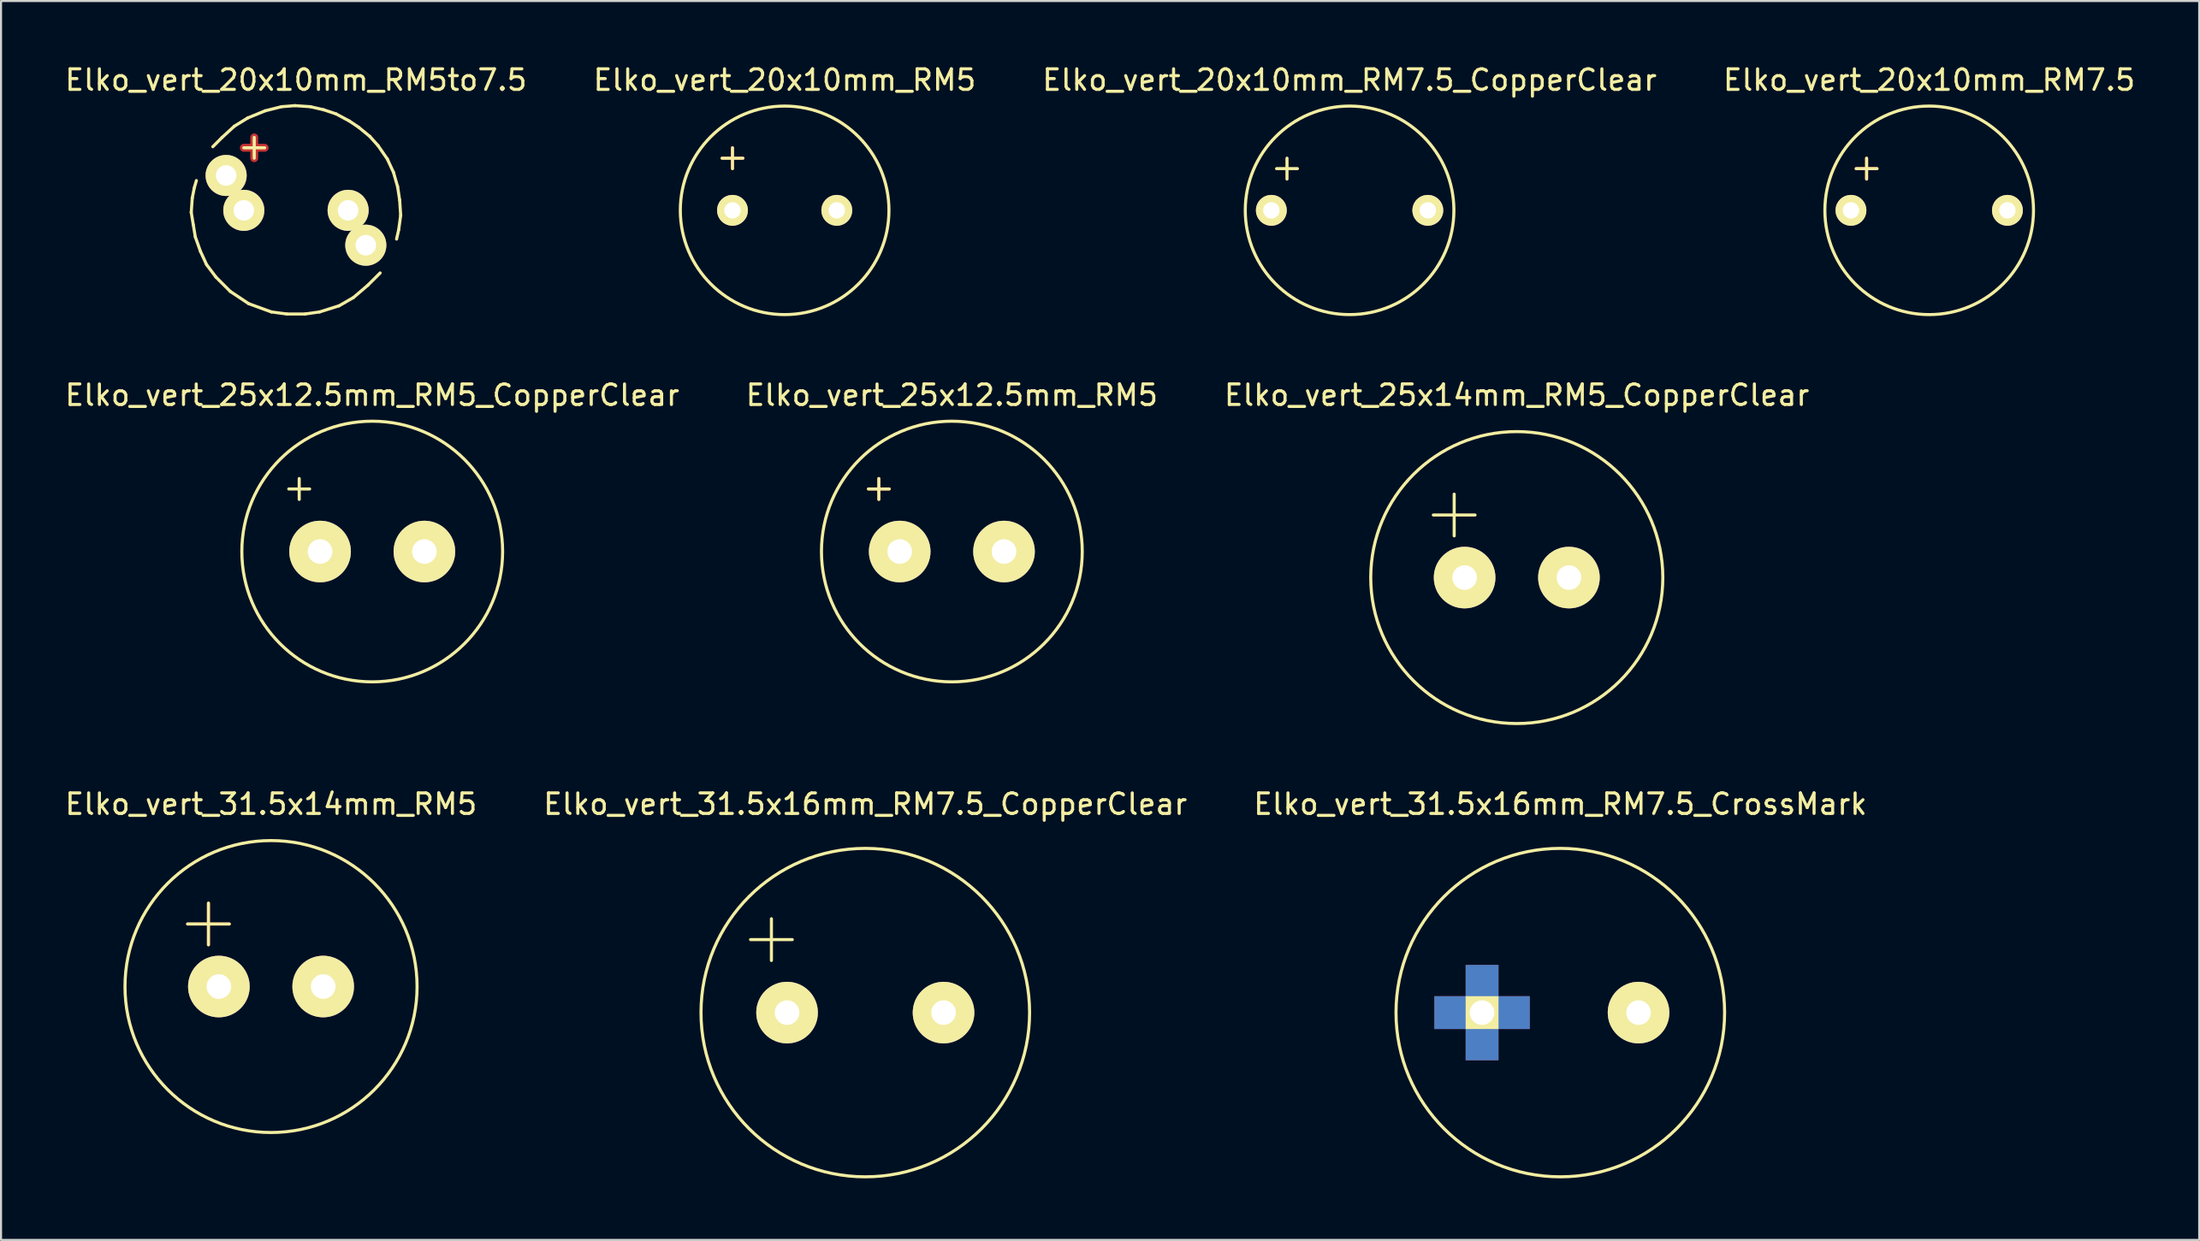
<source format=kicad_pcb>
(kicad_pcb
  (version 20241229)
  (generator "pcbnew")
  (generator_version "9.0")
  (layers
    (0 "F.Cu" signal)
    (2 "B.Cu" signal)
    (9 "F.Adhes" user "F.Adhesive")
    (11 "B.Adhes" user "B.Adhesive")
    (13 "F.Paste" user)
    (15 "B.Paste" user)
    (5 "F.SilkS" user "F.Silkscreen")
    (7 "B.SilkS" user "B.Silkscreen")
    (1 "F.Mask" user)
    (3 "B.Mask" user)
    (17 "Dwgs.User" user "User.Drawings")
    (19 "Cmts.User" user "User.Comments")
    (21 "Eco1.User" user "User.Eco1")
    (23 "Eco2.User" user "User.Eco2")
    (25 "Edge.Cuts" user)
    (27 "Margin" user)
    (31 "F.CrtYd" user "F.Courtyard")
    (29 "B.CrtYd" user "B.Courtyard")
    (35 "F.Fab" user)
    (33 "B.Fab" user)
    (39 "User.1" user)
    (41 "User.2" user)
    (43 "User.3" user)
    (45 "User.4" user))
  (footprint "Elko_vert_20x10mm_RM5to7.5"
    (layer "F.Cu")
    (at 11.363 7.198)
    (property "Reference" "Elko_vert_20x10mm_RM5to7.5" (at 0 -6.35 0) (layer "F.SilkS") (effects (font (size 1 1) (thickness 0.15))))
    (attr through_hole)
    (fp_line (start -2.54 -3.048) (end -1.524 -3.048) (stroke (width 0.381) (type solid)) (layer "F.Cu"))
    (fp_line (start -2.032 -3.556) (end -2.032 -2.54) (stroke (width 0.381) (type solid)) (layer "F.Cu"))
    (fp_line (start -5.1 0.099) (end -5.001 0.701) (stroke (width 0.15) (type solid)) (layer "F.SilkS"))
    (fp_line (start -5.05 -0.599) (end -5.1 0.099) (stroke (width 0.15) (type solid)) (layer "F.SilkS"))
    (fp_line (start -5.001 0.701) (end -4.9 1.3) (stroke (width 0.15) (type solid)) (layer "F.SilkS"))
    (fp_line (start -4.95 -1.1) (end -5.05 -0.599) (stroke (width 0.15) (type solid)) (layer "F.SilkS"))
    (fp_line (start -4.9 1.3) (end -4.651 1.999) (stroke (width 0.15) (type solid)) (layer "F.SilkS"))
    (fp_line (start -4.849 -1.45) (end -4.95 -1.1) (stroke (width 0.15) (type solid)) (layer "F.SilkS"))
    (fp_line (start -4.651 1.999) (end -4.351 2.649) (stroke (width 0.15) (type solid)) (layer "F.SilkS"))
    (fp_line (start -4.351 2.649) (end -3.899 3.251) (stroke (width 0.15) (type solid)) (layer "F.SilkS"))
    (fp_line (start -3.899 3.251) (end -3.2 3.95) (stroke (width 0.15) (type solid)) (layer "F.SilkS"))
    (fp_line (start -3.599 -3.551) (end -4.049 -3.099) (stroke (width 0.15) (type solid)) (layer "F.SilkS"))
    (fp_line (start -3.2 3.95) (end -2.301 4.549) (stroke (width 0.15) (type solid)) (layer "F.SilkS"))
    (fp_line (start -3 -4.1) (end -3.599 -3.551) (stroke (width 0.15) (type solid)) (layer "F.SilkS"))
    (fp_line (start -2.54 -3.048) (end -1.524 -3.048) (stroke (width 0.15) (type solid)) (layer "F.SilkS"))
    (fp_line (start -2.349 -4.501) (end -3 -4.1) (stroke (width 0.15) (type solid)) (layer "F.SilkS"))
    (fp_line (start -2.301 4.549) (end -1.199 4.95) (stroke (width 0.15) (type solid)) (layer "F.SilkS"))
    (fp_line (start -2.032 -3.556) (end -2.032 -2.54) (stroke (width 0.15) (type solid)) (layer "F.SilkS"))
    (fp_line (start -1.501 -4.849) (end -2.349 -4.501) (stroke (width 0.15) (type solid)) (layer "F.SilkS"))
    (fp_line (start -1.199 4.95) (end -0.45 5.05) (stroke (width 0.15) (type solid)) (layer "F.SilkS"))
    (fp_line (start -0.701 -5.05) (end -1.501 -4.849) (stroke (width 0.15) (type solid)) (layer "F.SilkS"))
    (fp_line (start -0.45 5.05) (end 0.45 5.05) (stroke (width 0.15) (type solid)) (layer "F.SilkS"))
    (fp_line (start -0.051 -5.1) (end -0.701 -5.05) (stroke (width 0.15) (type solid)) (layer "F.SilkS"))
    (fp_line (start 0.45 5.05) (end 1.151 4.95) (stroke (width 0.15) (type solid)) (layer "F.SilkS"))
    (fp_line (start 0.701 -5.05) (end -0.051 -5.1) (stroke (width 0.15) (type solid)) (layer "F.SilkS"))
    (fp_line (start 1.151 4.95) (end 2.101 4.651) (stroke (width 0.15) (type solid)) (layer "F.SilkS"))
    (fp_line (start 1.349 -4.9) (end 0.701 -5.05) (stroke (width 0.15) (type solid)) (layer "F.SilkS"))
    (fp_line (start 1.951 -4.699) (end 1.349 -4.9) (stroke (width 0.15) (type solid)) (layer "F.SilkS"))
    (fp_line (start 2.101 4.651) (end 2.799 4.249) (stroke (width 0.15) (type solid)) (layer "F.SilkS"))
    (fp_line (start 2.601 -4.351) (end 1.951 -4.699) (stroke (width 0.15) (type solid)) (layer "F.SilkS"))
    (fp_line (start 2.799 4.249) (end 3.5 3.65) (stroke (width 0.15) (type solid)) (layer "F.SilkS"))
    (fp_line (start 3.051 -4.049) (end 2.601 -4.351) (stroke (width 0.15) (type solid)) (layer "F.SilkS"))
    (fp_line (start 3.5 3.65) (end 4.1 3.051) (stroke (width 0.15) (type solid)) (layer "F.SilkS"))
    (fp_line (start 3.599 -3.599) (end 3.051 -4.049) (stroke (width 0.15) (type solid)) (layer "F.SilkS"))
    (fp_line (start 4 -3.15) (end 3.599 -3.599) (stroke (width 0.15) (type solid)) (layer "F.SilkS"))
    (fp_line (start 4.45 -2.499) (end 4 -3.15) (stroke (width 0.15) (type solid)) (layer "F.SilkS"))
    (fp_line (start 4.75 -1.849) (end 4.45 -2.499) (stroke (width 0.15) (type solid)) (layer "F.SilkS"))
    (fp_line (start 4.9 1.4) (end 5.001 0.95) (stroke (width 0.15) (type solid)) (layer "F.SilkS"))
    (fp_line (start 4.95 -1.151) (end 4.75 -1.849) (stroke (width 0.15) (type solid)) (layer "F.SilkS"))
    (fp_line (start 5.001 0.95) (end 5.1 0.249) (stroke (width 0.15) (type solid)) (layer "F.SilkS"))
    (fp_line (start 5.05 -0.5) (end 4.95 -1.151) (stroke (width 0.15) (type solid)) (layer "F.SilkS"))
    (fp_line (start 5.1 0.249) (end 5.05 -0.5) (stroke (width 0.15) (type solid)) (layer "F.SilkS"))
    (pad "1" thru_hole circle (at -3.401 -1.699) (size 1.999 1.999) (drill 1.001) (layers "*.Cu" "*.Mask" "F.SilkS"))
    (pad "1" thru_hole circle (at -2.54 0) (size 1.999 1.999) (drill 1.001) (layers "*.Cu" "*.Mask" "F.SilkS"))
    (pad "2" thru_hole circle (at 2.54 0) (size 1.999 1.999) (drill 1.001) (layers "*.Cu" "*.Mask" "F.SilkS"))
    (pad "2" thru_hole circle (at 3.401 1.699) (size 1.999 1.999) (drill 1.001) (layers "*.Cu" "*.Mask" "F.SilkS")))
  (footprint "Elko_vert_25x12.5mm_RM5"
    (layer "F.Cu")
    (at 40.764 23.822)
    (property "Reference" "Elko_vert_25x12.5mm_RM5" (at 2.54 -7.62 0) (layer "F.SilkS") (effects (font (size 1 1) (thickness 0.15))))
    (attr through_hole)
    (fp_line (start -1.524 -3.048) (end -0.508 -3.048) (stroke (width 0.15) (type solid)) (layer "F.Cu"))
    (fp_line (start -1.016 -3.556) (end -1.016 -2.54) (stroke (width 0.15) (type solid)) (layer "F.Cu"))
    (fp_line (start -1.524 -3.048) (end -0.508 -3.048) (stroke (width 0.15) (type solid)) (layer "F.SilkS"))
    (fp_line (start -1.016 -3.556) (end -1.016 -2.54) (stroke (width 0.15) (type solid)) (layer "F.SilkS"))
    (fp_circle (center 2.54 0) (end 8.89 0) (stroke (width 0.15) (type solid)) (fill no) (layer "F.SilkS"))
    (pad "1" thru_hole circle (at 0 0) (size 3 3) (drill 1.199) (layers "*.Cu" "*.Mask" "F.SilkS"))
    (pad "2" thru_hole circle (at 5.08 0) (size 3 3) (drill 1.199) (layers "*.Cu" "*.Mask" "F.SilkS")))
  (footprint "Elko_vert_31.5x14mm_RM5"
    (layer "F.Cu")
    (at 7.609 45.017)
    (property "Reference" "Elko_vert_31.5x14mm_RM5" (at 2.54 -8.89 0) (layer "F.SilkS") (effects (font (size 1 1) (thickness 0.15))))
    (attr through_hole)
    (fp_line (start -1.524 -3.048) (end 0.508 -3.048) (stroke (width 0.15) (type solid)) (layer "F.Cu"))
    (fp_line (start -0.508 -2.032) (end -0.508 -4.064) (stroke (width 0.15) (type solid)) (layer "F.Cu"))
    (fp_line (start -1.524 -3.048) (end 0.508 -3.048) (stroke (width 0.15) (type solid)) (layer "F.SilkS"))
    (fp_line (start -0.508 -4.064) (end -0.508 -2.032) (stroke (width 0.15) (type solid)) (layer "F.SilkS"))
    (fp_circle (center 2.54 0) (end 9.652 0) (stroke (width 0.15) (type solid)) (fill no) (layer "F.SilkS"))
    (pad "1" thru_hole circle (at 0 0) (size 3 3) (drill 1.199) (layers "*.Cu" "*.Mask" "F.SilkS"))
    (pad "2" thru_hole circle (at 5.08 0) (size 3 3) (drill 1.199) (layers "*.Cu" "*.Mask" "F.SilkS")))
  (footprint "Elko_vert_25x12.5mm_RM5_CopperClear"
    (layer "F.Cu")
    (at 12.537 23.822)
    (property "Reference" "Elko_vert_25x12.5mm_RM5_CopperClear" (at 2.54 -7.62 0) (layer "F.SilkS") (effects (font (size 1 1) (thickness 0.15))))
    (attr through_hole)
    (fp_line (start -1.524 -3.048) (end -0.508 -3.048) (stroke (width 0.15) (type solid)) (layer "F.SilkS"))
    (fp_line (start -1.016 -3.556) (end -1.016 -2.54) (stroke (width 0.15) (type solid)) (layer "F.SilkS"))
    (fp_circle (center 2.54 0) (end 8.89 0) (stroke (width 0.15) (type solid)) (fill no) (layer "F.SilkS"))
    (pad "1" thru_hole circle (at 0 0) (size 3 3) (drill 1.199) (layers "*.Cu" "*.Mask" "F.SilkS"))
    (pad "2" thru_hole circle (at 5.08 0) (size 3 3) (drill 1.199) (layers "*.Cu" "*.Mask" "F.SilkS")))
  (footprint "Elko_vert_20x10mm_RM7.5"
    (layer "F.Cu")
    (at 87.089 7.198)
    (property "Reference" "Elko_vert_20x10mm_RM7.5" (at 3.81 -6.35 0) (layer "F.SilkS") (effects (font (size 1 1) (thickness 0.15))))
    (attr through_hole)
    (fp_line (start 0.254 -2.032) (end 1.27 -2.032) (stroke (width 0.15) (type solid)) (layer "F.Cu"))
    (fp_line (start 0.762 -2.54) (end 0.762 -1.524) (stroke (width 0.15) (type solid)) (layer "F.Cu"))
    (fp_line (start 0.254 -2.032) (end 1.27 -2.032) (stroke (width 0.15) (type solid)) (layer "F.SilkS"))
    (fp_line (start 0.762 -2.54) (end 0.762 -1.524) (stroke (width 0.15) (type solid)) (layer "F.SilkS"))
    (fp_circle (center 3.81 0) (end 8.89 0) (stroke (width 0.15) (type solid)) (fill no) (layer "F.SilkS"))
    (pad "1" thru_hole circle (at 0 0) (size 1.501 1.501) (drill 0.8) (layers "*.Cu" "*.Mask" "F.SilkS"))
    (pad "2" thru_hole circle (at 7.62 0) (size 1.501 1.501) (drill 0.8) (layers "*.Cu" "*.Mask" "F.SilkS")))
  (footprint "Elko_vert_20x10mm_RM5"
    (layer "F.Cu")
    (at 32.621 7.198)
    (property "Reference" "Elko_vert_20x10mm_RM5" (at 2.54 -6.35 0) (layer "F.SilkS") (effects (font (size 1 1) (thickness 0.15))))
    (attr through_hole)
    (fp_line (start -0.508 -2.54) (end 0.508 -2.54) (stroke (width 0.15) (type solid)) (layer "F.Cu"))
    (fp_line (start 0 -3.048) (end 0 -2.032) (stroke (width 0.15) (type solid)) (layer "F.Cu"))
    (fp_line (start -0.508 -2.54) (end 0.508 -2.54) (stroke (width 0.15) (type solid)) (layer "F.SilkS"))
    (fp_line (start 0 -3.048) (end 0 -2.032) (stroke (width 0.15) (type solid)) (layer "F.SilkS"))
    (fp_circle (center 2.54 0) (end 7.62 0) (stroke (width 0.15) (type solid)) (fill no) (layer "F.SilkS"))
    (pad "1" thru_hole circle (at 0 0) (size 1.501 1.501) (drill 0.8) (layers "*.Cu" "*.Mask" "F.SilkS"))
    (pad "2" thru_hole circle (at 5.08 0) (size 1.501 1.501) (drill 0.8) (layers "*.Cu" "*.Mask" "F.SilkS")))
  (footprint "Elko_vert_20x10mm_RM7.5_CopperClear"
    (layer "F.Cu")
    (at 58.863 7.198)
    (property "Reference" "Elko_vert_20x10mm_RM7.5_CopperClear" (at 3.81 -6.35 0) (layer "F.SilkS") (effects (font (size 1 1) (thickness 0.15))))
    (attr through_hole)
    (fp_line (start 0.254 -2.032) (end 1.27 -2.032) (stroke (width 0.15) (type solid)) (layer "F.SilkS"))
    (fp_line (start 0.762 -2.54) (end 0.762 -1.524) (stroke (width 0.15) (type solid)) (layer "F.SilkS"))
    (fp_circle (center 3.81 0) (end 8.89 0) (stroke (width 0.15) (type solid)) (fill no) (layer "F.SilkS"))
    (pad "1" thru_hole circle (at 0 0) (size 1.501 1.501) (drill 0.8) (layers "*.Cu" "*.Mask" "F.SilkS"))
    (pad "2" thru_hole circle (at 7.62 0) (size 1.501 1.501) (drill 0.8) (layers "*.Cu" "*.Mask" "F.SilkS")))
  (footprint "Elko_vert_31.5x16mm_RM7.5_CopperClear"
    (layer "F.Cu")
    (at 35.279 46.287)
    (property "Reference" "Elko_vert_31.5x16mm_RM7.5_CopperClear" (at 3.81 -10.16 0) (layer "F.SilkS") (effects (font (size 1 1) (thickness 0.15))))
    (attr through_hole)
    (fp_line (start -1.778 -3.556) (end 0.254 -3.556) (stroke (width 0.15) (type solid)) (layer "F.SilkS"))
    (fp_line (start -0.762 -4.572) (end -0.762 -2.54) (stroke (width 0.15) (type solid)) (layer "F.SilkS"))
    (fp_circle (center 3.81 0) (end 11.811 0) (stroke (width 0.15) (type solid)) (fill no) (layer "F.SilkS"))
    (pad "1" thru_hole circle (at 0 0) (size 3 3) (drill 1.199) (layers "*.Cu" "*.Mask" "F.SilkS"))
    (pad "2" thru_hole circle (at 7.62 0) (size 3 3) (drill 1.199) (layers "*.Cu" "*.Mask" "F.SilkS")))
  (footprint "Elko_vert_25x14mm_RM5_CopperClear"
    (layer "F.Cu")
    (at 68.275 25.091)
    (property "Reference" "Elko_vert_25x14mm_RM5_CopperClear" (at 2.54 -8.89 0) (layer "F.SilkS") (effects (font (size 1 1) (thickness 0.15))))
    (attr through_hole)
    (fp_line (start -1.524 -3.048) (end 0.508 -3.048) (stroke (width 0.15) (type solid)) (layer "F.SilkS"))
    (fp_line (start -0.508 -4.064) (end -0.508 -2.032) (stroke (width 0.15) (type solid)) (layer "F.SilkS"))
    (fp_circle (center 2.54 0) (end 9.652 0) (stroke (width 0.15) (type solid)) (fill no) (layer "F.SilkS"))
    (pad "1" thru_hole circle (at 0 0) (size 3 3) (drill 1.199) (layers "*.Cu" "*.Mask" "F.SilkS"))
    (pad "2" thru_hole circle (at 5.08 0) (size 3 3) (drill 1.199) (layers "*.Cu" "*.Mask" "F.SilkS")))
  (footprint "Elko_vert_31.5x16mm_RM7.5_CrossMark"
    (layer "F.Cu")
    (at 69.125 46.287)
    (property "Reference" "Elko_vert_31.5x16mm_RM7.5_CrossMark" (at 3.81 -10.16 0) (layer "F.SilkS") (effects (font (size 1 1) (thickness 0.15))))
    (attr through_hole)
    (fp_circle (center 3.81 0) (end 11.811 0) (stroke (width 0.15) (type solid)) (fill no) (layer "F.SilkS"))
    (pad "1" smd rect (at -1.524 0) (size 1.6 1.6) (layers "*.Cu" "F.Mask" "F.Paste"))
    (pad "1" smd rect (at 0 -1.524) (size 1.6 1.6) (layers "*.Cu" "F.Mask" "F.Paste"))
    (pad "1" thru_hole rect (at 0 0) (size 1.6 1.6) (drill 1.199) (layers "*.Cu" "*.Mask" "F.SilkS"))
    (pad "1" smd rect (at 0 1.524) (size 1.6 1.6) (layers "*.Cu" "F.Mask" "F.Paste"))
    (pad "1" smd rect (at 1.524 0) (size 1.6 1.6) (layers "*.Cu" "F.Mask" "F.Paste"))
    (pad "2" thru_hole circle (at 7.62 0) (size 3 3) (drill 1.199) (layers "*.Cu" "*.Mask" "F.SilkS")))
  (gr_rect
    (start -3 -3)
    (end 104.048 57.363)
    (stroke (width 0.1) (type default))
    (fill no)
    (layer "Edge.Cuts")))
</source>
